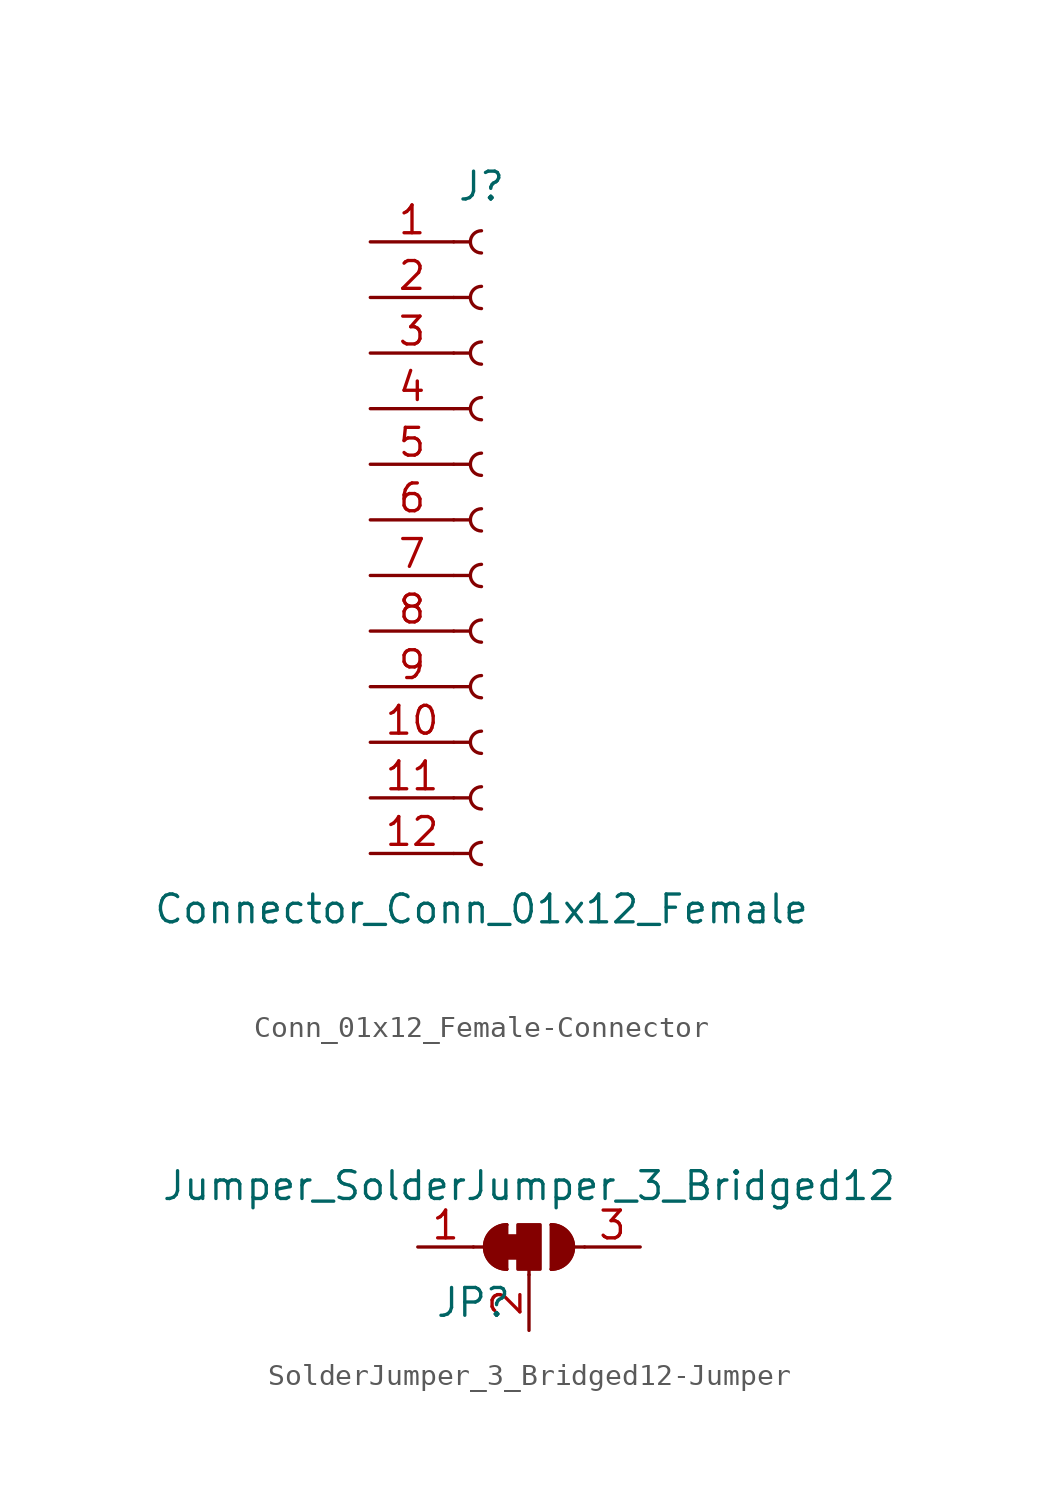
<source format=kicad_sym>
(kicad_symbol_lib
  (version 20220914)
  (generator kicad_symbol_editor)
  (symbol "Conn_01x12_Female-Connector"
    (pin_names
      (offset 1.016) hide)
    (property "Reference" "J"
      (at 0 15.24 0)
      (effects (font (size 1.27 1.27))))
    (property "Value" "Connector_Conn_01x12_Female"
      (at 0 -17.78 0)
      (effects (font (size 1.27 1.27))))
    (symbol "Conn_01x12_Female-Connector_1_1"
      (arc (start 0 -14.732) (mid -0.5058 -15.24) (end 0 -15.748) (stroke (width 0.1524) (type solid)) (fill (type none)))
      (arc (start 0 -12.192) (mid -0.5058 -12.7) (end 0 -13.208) (stroke (width 0.1524) (type solid)) (fill (type none)))
      (arc (start 0 -9.652) (mid -0.5058 -10.16) (end 0 -10.668) (stroke (width 0.1524) (type solid)) (fill (type none)))
      (arc (start 0 -7.112) (mid -0.5058 -7.62) (end 0 -8.128) (stroke (width 0.1524) (type solid)) (fill (type none)))
      (arc (start 0 -4.572) (mid -0.5058 -5.08) (end 0 -5.588) (stroke (width 0.1524) (type solid)) (fill (type none)))
      (arc (start 0 -2.032) (mid -0.5058 -2.54) (end 0 -3.048) (stroke (width 0.1524) (type solid)) (fill (type none)))
      (polyline (pts (xy -1.27 -15.24) (xy -0.508 -15.24)) (stroke (width 0.152) (type solid)) (fill (type none)))
      (polyline (pts (xy -1.27 -12.7) (xy -0.508 -12.7)) (stroke (width 0.152) (type solid)) (fill (type none)))
      (polyline (pts (xy -1.27 -10.16) (xy -0.508 -10.16)) (stroke (width 0.152) (type solid)) (fill (type none)))
      (polyline (pts (xy -1.27 -7.62) (xy -0.508 -7.62)) (stroke (width 0.152) (type solid)) (fill (type none)))
      (polyline (pts (xy -1.27 -5.08) (xy -0.508 -5.08)) (stroke (width 0.152) (type solid)) (fill (type none)))
      (polyline (pts (xy -1.27 -2.54) (xy -0.508 -2.54)) (stroke (width 0.152) (type solid)) (fill (type none)))
      (polyline (pts (xy -1.27 0) (xy -0.508 0)) (stroke (width 0.152) (type solid)) (fill (type none)))
      (polyline (pts (xy -1.27 2.54) (xy -0.508 2.54)) (stroke (width 0.152) (type solid)) (fill (type none)))
      (polyline (pts (xy -1.27 5.08) (xy -0.508 5.08)) (stroke (width 0.152) (type solid)) (fill (type none)))
      (polyline (pts (xy -1.27 7.62) (xy -0.508 7.62)) (stroke (width 0.152) (type solid)) (fill (type none)))
      (polyline (pts (xy -1.27 10.16) (xy -0.508 10.16)) (stroke (width 0.152) (type solid)) (fill (type none)))
      (polyline (pts (xy -1.27 12.7) (xy -0.508 12.7)) (stroke (width 0.152) (type solid)) (fill (type none)))
      (arc (start 0 0.508) (mid -0.5058 0) (end 0 -0.508) (stroke (width 0.1524) (type solid)) (fill (type none)))
      (arc (start 0 3.048) (mid -0.5058 2.54) (end 0 2.032) (stroke (width 0.1524) (type solid)) (fill (type none)))
      (arc (start 0 5.588) (mid -0.5058 5.08) (end 0 4.572) (stroke (width 0.1524) (type solid)) (fill (type none)))
      (arc (start 0 8.128) (mid -0.5058 7.62) (end 0 7.112) (stroke (width 0.1524) (type solid)) (fill (type none)))
      (arc (start 0 10.668) (mid -0.5058 10.16) (end 0 9.652) (stroke (width 0.1524) (type solid)) (fill (type none)))
      (arc (start 0 13.208) (mid -0.5058 12.7) (end 0 12.192) (stroke (width 0.1524) (type solid)) (fill (type none)))
      (pin passive line (at -5.08 12.7 0) (length 3.81) (name "Pin_1" (effects (font (size 1.27 1.27)))) (number "1" (effects (font (size 1.27 1.27)))))
      (pin passive line (at -5.08 -10.16 0) (length 3.81) (name "Pin_10" (effects (font (size 1.27 1.27)))) (number "10" (effects (font (size 1.27 1.27)))))
      (pin passive line (at -5.08 -12.7 0) (length 3.81) (name "Pin_11" (effects (font (size 1.27 1.27)))) (number "11" (effects (font (size 1.27 1.27)))))
      (pin passive line (at -5.08 -15.24 0) (length 3.81) (name "Pin_12" (effects (font (size 1.27 1.27)))) (number "12" (effects (font (size 1.27 1.27)))))
      (pin passive line (at -5.08 10.16 0) (length 3.81) (name "Pin_2" (effects (font (size 1.27 1.27)))) (number "2" (effects (font (size 1.27 1.27)))))
      (pin passive line (at -5.08 7.62 0) (length 3.81) (name "Pin_3" (effects (font (size 1.27 1.27)))) (number "3" (effects (font (size 1.27 1.27)))))
      (pin passive line (at -5.08 5.08 0) (length 3.81) (name "Pin_4" (effects (font (size 1.27 1.27)))) (number "4" (effects (font (size 1.27 1.27)))))
      (pin passive line (at -5.08 2.54 0) (length 3.81) (name "Pin_5" (effects (font (size 1.27 1.27)))) (number "5" (effects (font (size 1.27 1.27)))))
      (pin passive line (at -5.08 0 0) (length 3.81) (name "Pin_6" (effects (font (size 1.27 1.27)))) (number "6" (effects (font (size 1.27 1.27)))))
      (pin passive line (at -5.08 -2.54 0) (length 3.81) (name "Pin_7" (effects (font (size 1.27 1.27)))) (number "7" (effects (font (size 1.27 1.27)))))
      (pin passive line (at -5.08 -5.08 0) (length 3.81) (name "Pin_8" (effects (font (size 1.27 1.27)))) (number "8" (effects (font (size 1.27 1.27)))))
      (pin passive line (at -5.08 -7.62 0) (length 3.81) (name "Pin_9" (effects (font (size 1.27 1.27)))) (number "9" (effects (font (size 1.27 1.27)))))))
  (symbol "SolderJumper_3_Bridged12-Jumper"
    (pin_names
      (offset 0) hide)
    (property "Reference" "JP"
      (at -2.54 -2.54 0)
      (effects (font (size 1.27 1.27))))
    (property "Value" "Jumper_SolderJumper_3_Bridged12"
      (at 0 2.794 0)
      (effects (font (size 1.27 1.27))))
    (symbol "SolderJumper_3_Bridged12-Jumper_0_1"
      (rectangle (start -1.016 0.508) (end -0.508 -0.508) (stroke (width 0) (type solid)) (fill (type outline)))
      (arc (start -1.016 1.016) (mid -2.0276 0) (end -1.016 -1.016) (stroke (width 0) (type solid)) (fill (type none)))
      (arc (start -1.016 1.016) (mid -2.0276 0) (end -1.016 -1.016) (stroke (width 0) (type solid)) (fill (type outline)))
      (rectangle (start -0.508 1.016) (end 0.508 -1.016) (stroke (width 0) (type solid)) (fill (type outline)))
      (polyline (pts (xy -2.54 0) (xy -2.032 0)) (stroke (width 0) (type solid)) (fill (type none)))
      (polyline (pts (xy -1.016 1.016) (xy -1.016 -1.016)) (stroke (width 0) (type solid)) (fill (type none)))
      (polyline (pts (xy 0 -1.27) (xy 0 -1.016)) (stroke (width 0) (type solid)) (fill (type none)))
      (polyline (pts (xy 1.016 1.016) (xy 1.016 -1.016)) (stroke (width 0) (type solid)) (fill (type none)))
      (polyline (pts (xy 2.54 0) (xy 2.032 0)) (stroke (width 0) (type solid)) (fill (type none)))
      (arc (start 1.016 -1.016) (mid 2.0276 0) (end 1.016 1.016) (stroke (width 0) (type solid)) (fill (type none)))
      (arc (start 1.016 -1.016) (mid 2.0276 0) (end 1.016 1.016) (stroke (width 0) (type solid)) (fill (type outline))))
    (symbol "SolderJumper_3_Bridged12-Jumper_1_1"
      (pin passive line (at -5.08 0 0) (length 2.54) (name "A" (effects (font (size 1.27 1.27)))) (number "1" (effects (font (size 1.27 1.27)))))
      (pin input line (at 0 -3.81 90) (length 2.54) (name "C" (effects (font (size 1.27 1.27)))) (number "2" (effects (font (size 1.27 1.27)))))
      (pin passive line (at 5.08 0 180) (length 2.54) (name "B" (effects (font (size 1.27 1.27)))) (number "3" (effects (font (size 1.27 1.27))))))))
</source>
